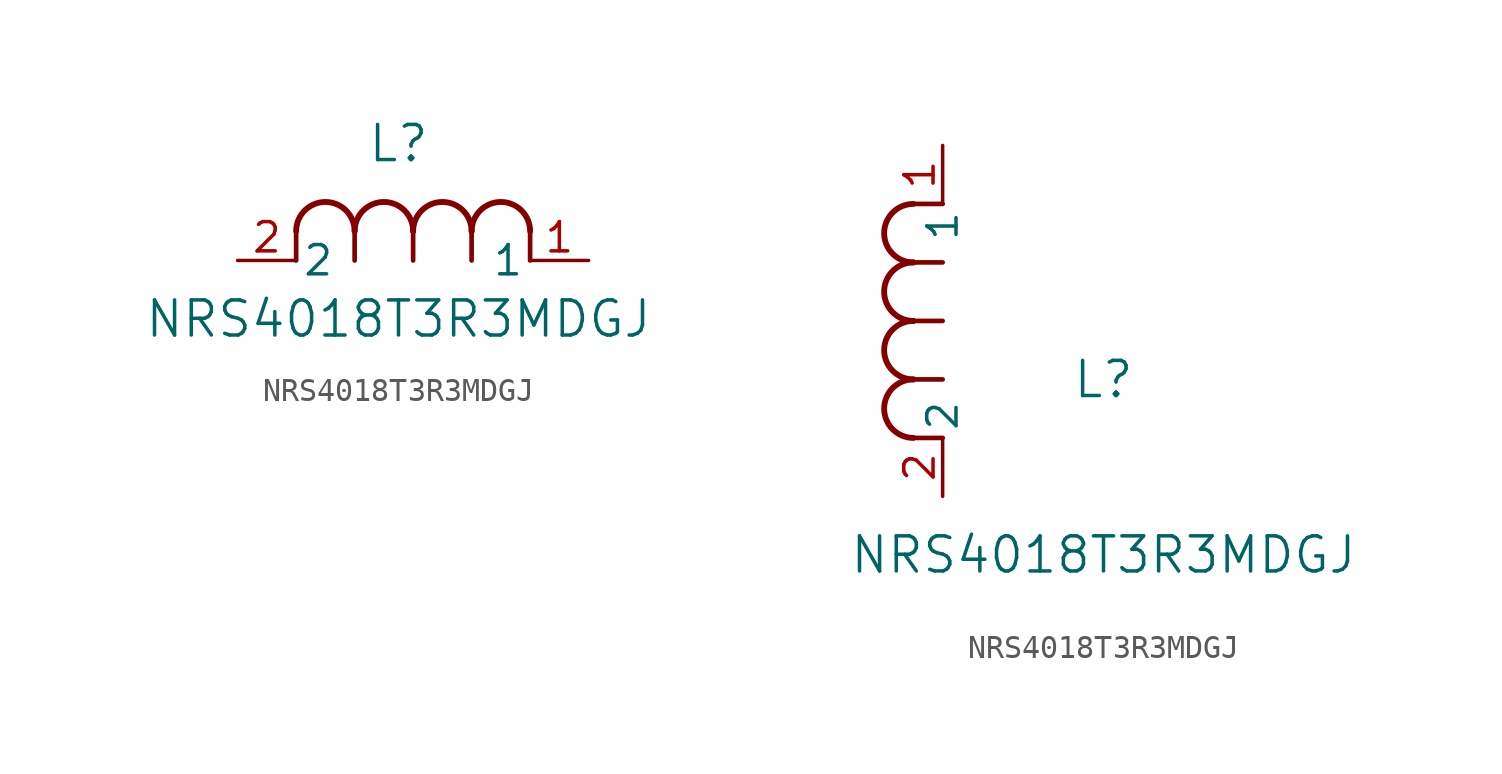
<source format=kicad_sym>
(kicad_symbol_lib
  (version 20211014)
  (generator kicad_symbol_editor)
  (symbol "NRS4018T3R3MDGJ"
    (pin_names
      (offset 0.254))
    (property "Reference" "L"
      (at 6.985 5.08 0)
      (effects (font (size 1.524 1.524))))
    (property "Value" "NRS4018T3R3MDGJ"
      (at 6.985 -2.54 0)
      (effects (font (size 1.524 1.524))))
    (symbol "NRS4018T3R3MDGJ_1_1"
      (arc (start 7.62 1.27) (mid 6.35 2.54) (end 5.08 1.27) (stroke (width 0.254) (type default) (color 0 0 0 0)) (fill (type none)))
      (polyline (pts (xy 5.08 0) (xy 5.08 1.27)) (stroke (width 0.203) (type default) (color 0 0 0 0)) (fill (type none)))
      (polyline (pts (xy 7.62 0) (xy 7.62 1.27)) (stroke (width 0.203) (type default) (color 0 0 0 0)) (fill (type none)))
      (polyline (pts (xy 12.7 0) (xy 12.7 1.27)) (stroke (width 0.203) (type default) (color 0 0 0 0)) (fill (type none)))
      (arc (start 5.08 1.27) (mid 3.81 2.54) (end 2.54 1.27) (stroke (width 0.254) (type default) (color 0 0 0 0)) (fill (type none)))
      (arc (start 10.16 1.27) (mid 8.89 2.54) (end 7.62 1.27) (stroke (width 0.254) (type default) (color 0 0 0 0)) (fill (type none)))
      (arc (start 12.7 1.27) (mid 11.43 2.54) (end 10.16 1.27) (stroke (width 0.254) (type default) (color 0 0 0 0)) (fill (type none)))
      (polyline (pts (xy 2.54 0) (xy 2.54 1.27)) (stroke (width 0.203) (type default) (color 0 0 0 0)) (fill (type none)))
      (polyline (pts (xy 10.16 0) (xy 10.16 1.27)) (stroke (width 0.203) (type default) (color 0 0 0 0)) (fill (type none)))
      (pin unspecified line (at 0 0 0) (length 2.54) (name "2" (effects (font (size 1.27 1.27)))) (number "2" (effects (font (size 1.27 1.27)))))
      (pin unspecified line (at 15.24 0 180) (length 2.54) (name "1" (effects (font (size 1.27 1.27)))) (number "1" (effects (font (size 1.27 1.27))))))
    (symbol "NRS4018T3R3MDGJ_1_2"
      (arc (start -1.27 7.62) (mid -2.54 6.35) (end -1.27 5.08) (stroke (width 0.254) (type default) (color 0 0 0 0)) (fill (type none)))
      (arc (start -1.27 5.08) (mid -2.54 3.81) (end -1.27 2.54) (stroke (width 0.254) (type default) (color 0 0 0 0)) (fill (type none)))
      (arc (start -1.27 12.7) (mid -2.54 11.43) (end -1.27 10.16) (stroke (width 0.254) (type default) (color 0 0 0 0)) (fill (type none)))
      (arc (start -1.27 10.16) (mid -2.54 8.89) (end -1.27 7.62) (stroke (width 0.254) (type default) (color 0 0 0 0)) (fill (type none)))
      (polyline (pts (xy 0 7.62) (xy -1.27 7.62)) (stroke (width 0.203) (type default) (color 0 0 0 0)) (fill (type none)))
      (polyline (pts (xy 0 5.08) (xy -1.27 5.08)) (stroke (width 0.203) (type default) (color 0 0 0 0)) (fill (type none)))
      (polyline (pts (xy 0 12.7) (xy -1.27 12.7)) (stroke (width 0.203) (type default) (color 0 0 0 0)) (fill (type none)))
      (polyline (pts (xy 0 2.54) (xy -1.27 2.54)) (stroke (width 0.203) (type default) (color 0 0 0 0)) (fill (type none)))
      (polyline (pts (xy 0 10.16) (xy -1.27 10.16)) (stroke (width 0.203) (type default) (color 0 0 0 0)) (fill (type none)))
      (pin unspecified line (at 0 0 90) (length 2.54) (name "2" (effects (font (size 1.27 1.27)))) (number "2" (effects (font (size 1.27 1.27)))))
      (pin unspecified line (at 0 15.24 270) (length 2.54) (name "1" (effects (font (size 1.27 1.27)))) (number "1" (effects (font (size 1.27 1.27))))))))
</source>
